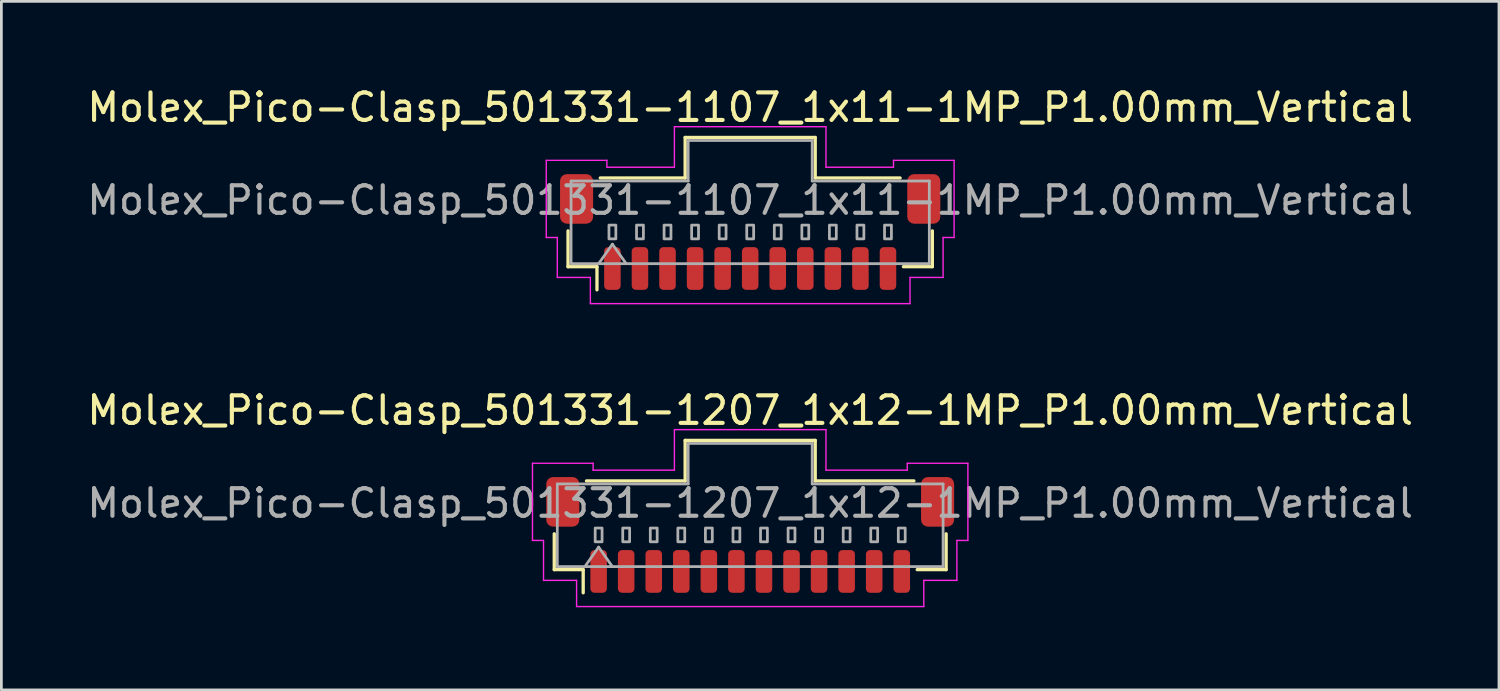
<source format=kicad_pcb>
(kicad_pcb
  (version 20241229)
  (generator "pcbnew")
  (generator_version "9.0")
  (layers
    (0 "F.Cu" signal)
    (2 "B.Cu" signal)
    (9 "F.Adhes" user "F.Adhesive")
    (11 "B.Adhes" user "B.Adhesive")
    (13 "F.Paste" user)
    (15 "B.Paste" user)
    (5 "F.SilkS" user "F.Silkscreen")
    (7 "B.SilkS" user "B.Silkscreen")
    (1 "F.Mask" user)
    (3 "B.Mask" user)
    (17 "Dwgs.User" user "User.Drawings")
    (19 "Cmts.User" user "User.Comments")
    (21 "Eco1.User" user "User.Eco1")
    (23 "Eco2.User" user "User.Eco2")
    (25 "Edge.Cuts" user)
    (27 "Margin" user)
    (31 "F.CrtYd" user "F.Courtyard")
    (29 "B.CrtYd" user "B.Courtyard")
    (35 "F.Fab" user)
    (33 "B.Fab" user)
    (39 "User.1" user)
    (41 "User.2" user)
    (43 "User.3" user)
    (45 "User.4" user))
  (footprint "Molex_Pico-Clasp_501331-1107_1x11-1MP_P1.00mm_Vertical"
    (layer "F.Cu")
    (at 24.173 5.368)
    (property "Reference" "Molex_Pico-Clasp_501331-1107_1x11-1MP_P1.00mm_Vertical" (at 0 -4.52 0) (layer "F.SilkS") (effects (font (size 1 1) (thickness 0.15))))
    (attr smd)
    (fp_line (start -6.61 -0.04) (end -6.61 1.26) (stroke (width 0.12) (type solid)) (layer "F.SilkS"))
    (fp_line (start -6.61 1.26) (end -5.56 1.26) (stroke (width 0.12) (type solid)) (layer "F.SilkS"))
    (fp_line (start -5.56 1.26) (end -5.56 2.1) (stroke (width 0.12) (type solid)) (layer "F.SilkS"))
    (fp_line (start -5.44 -1.96) (end -2.36 -1.96) (stroke (width 0.12) (type solid)) (layer "F.SilkS"))
    (fp_line (start -2.36 -3.43) (end 2.36 -3.43) (stroke (width 0.12) (type solid)) (layer "F.SilkS"))
    (fp_line (start -2.36 -1.96) (end -2.36 -3.43) (stroke (width 0.12) (type solid)) (layer "F.SilkS"))
    (fp_line (start 2.36 -3.43) (end 2.36 -1.96) (stroke (width 0.12) (type solid)) (layer "F.SilkS"))
    (fp_line (start 2.36 -1.96) (end 5.44 -1.96) (stroke (width 0.12) (type solid)) (layer "F.SilkS"))
    (fp_line (start 6.61 -0.04) (end 6.61 1.26) (stroke (width 0.12) (type solid)) (layer "F.SilkS"))
    (fp_line (start 6.61 1.26) (end 5.56 1.26) (stroke (width 0.12) (type solid)) (layer "F.SilkS"))
    (fp_line (start -7.4 -2.6) (end -5.2 -2.6) (stroke (width 0.05) (type solid)) (layer "F.CrtYd"))
    (fp_line (start -7.4 0.2) (end -7.4 -2.6) (stroke (width 0.05) (type solid)) (layer "F.CrtYd"))
    (fp_line (start -7 0.2) (end -7.4 0.2) (stroke (width 0.05) (type solid)) (layer "F.CrtYd"))
    (fp_line (start -7 1.65) (end -7 0.2) (stroke (width 0.05) (type solid)) (layer "F.CrtYd"))
    (fp_line (start -5.8 1.65) (end -7 1.65) (stroke (width 0.05) (type solid)) (layer "F.CrtYd"))
    (fp_line (start -5.8 2.6) (end -5.8 1.65) (stroke (width 0.05) (type solid)) (layer "F.CrtYd"))
    (fp_line (start -5.2 -2.6) (end -5.2 -2.35) (stroke (width 0.05) (type solid)) (layer "F.CrtYd"))
    (fp_line (start -5.2 -2.35) (end -2.75 -2.35) (stroke (width 0.05) (type solid)) (layer "F.CrtYd"))
    (fp_line (start -2.75 -3.82) (end 2.75 -3.82) (stroke (width 0.05) (type solid)) (layer "F.CrtYd"))
    (fp_line (start -2.75 -2.35) (end -2.75 -3.82) (stroke (width 0.05) (type solid)) (layer "F.CrtYd"))
    (fp_line (start 2.75 -3.82) (end 2.75 -2.35) (stroke (width 0.05) (type solid)) (layer "F.CrtYd"))
    (fp_line (start 2.75 -2.35) (end 5.2 -2.35) (stroke (width 0.05) (type solid)) (layer "F.CrtYd"))
    (fp_line (start 5.2 -2.6) (end 7.4 -2.6) (stroke (width 0.05) (type solid)) (layer "F.CrtYd"))
    (fp_line (start 5.2 -2.35) (end 5.2 -2.6) (stroke (width 0.05) (type solid)) (layer "F.CrtYd"))
    (fp_line (start 5.8 1.65) (end 5.8 2.6) (stroke (width 0.05) (type solid)) (layer "F.CrtYd"))
    (fp_line (start 5.8 2.6) (end -5.8 2.6) (stroke (width 0.05) (type solid)) (layer "F.CrtYd"))
    (fp_line (start 7 0.2) (end 7 1.65) (stroke (width 0.05) (type solid)) (layer "F.CrtYd"))
    (fp_line (start 7 1.65) (end 5.8 1.65) (stroke (width 0.05) (type solid)) (layer "F.CrtYd"))
    (fp_line (start 7.4 -2.6) (end 7.4 0.2) (stroke (width 0.05) (type solid)) (layer "F.CrtYd"))
    (fp_line (start 7.4 0.2) (end 7 0.2) (stroke (width 0.05) (type solid)) (layer "F.CrtYd"))
    (fp_line (start -6.5 -1.85) (end -2.25 -1.85) (stroke (width 0.1) (type solid)) (layer "F.Fab"))
    (fp_line (start -6.5 1.15) (end -6.5 -1.85) (stroke (width 0.1) (type solid)) (layer "F.Fab"))
    (fp_line (start -6.5 1.15) (end 6.5 1.15) (stroke (width 0.1) (type solid)) (layer "F.Fab"))
    (fp_line (start -5.5 1.15) (end -5 0.443) (stroke (width 0.1) (type solid)) (layer "F.Fab"))
    (fp_line (start -5 0.443) (end -4.5 1.15) (stroke (width 0.1) (type solid)) (layer "F.Fab"))
    (fp_line (start -2.25 -3.32) (end 2.25 -3.32) (stroke (width 0.1) (type solid)) (layer "F.Fab"))
    (fp_line (start -2.25 -1.85) (end -2.25 -3.32) (stroke (width 0.1) (type solid)) (layer "F.Fab"))
    (fp_line (start 2.25 -3.32) (end 2.25 -1.85) (stroke (width 0.1) (type solid)) (layer "F.Fab"))
    (fp_line (start 2.25 -1.85) (end 6.5 -1.85) (stroke (width 0.1) (type solid)) (layer "F.Fab"))
    (fp_line (start 6.5 1.15) (end 6.5 -1.85) (stroke (width 0.1) (type solid)) (layer "F.Fab"))
    (fp_rect (start -5.125 -0.25) (end -4.875 0.25) (stroke (width 0.1) (type solid)) (fill no) (layer "F.Fab"))
    (fp_rect (start -4.125 -0.25) (end -3.875 0.25) (stroke (width 0.1) (type solid)) (fill no) (layer "F.Fab"))
    (fp_rect (start -3.125 -0.25) (end -2.875 0.25) (stroke (width 0.1) (type solid)) (fill no) (layer "F.Fab"))
    (fp_rect (start -2.125 -0.25) (end -1.875 0.25) (stroke (width 0.1) (type solid)) (fill no) (layer "F.Fab"))
    (fp_rect (start -1.125 -0.25) (end -0.875 0.25) (stroke (width 0.1) (type solid)) (fill no) (layer "F.Fab"))
    (fp_rect (start -0.125 -0.25) (end 0.125 0.25) (stroke (width 0.1) (type solid)) (fill no) (layer "F.Fab"))
    (fp_rect (start 0.875 -0.25) (end 1.125 0.25) (stroke (width 0.1) (type solid)) (fill no) (layer "F.Fab"))
    (fp_rect (start 1.875 -0.25) (end 2.125 0.25) (stroke (width 0.1) (type solid)) (fill no) (layer "F.Fab"))
    (fp_rect (start 2.875 -0.25) (end 3.125 0.25) (stroke (width 0.1) (type solid)) (fill no) (layer "F.Fab"))
    (fp_rect (start 3.875 -0.25) (end 4.125 0.25) (stroke (width 0.1) (type solid)) (fill no) (layer "F.Fab"))
    (fp_rect (start 4.875 -0.25) (end 5.125 0.25) (stroke (width 0.1) (type solid)) (fill no) (layer "F.Fab"))
    (fp_text user "${REFERENCE}" (at 0 -1.15 0) (layer "F.Fab") (effects (font (size 1 1) (thickness 0.15))))
    (pad "1" smd roundrect (at -5 1.325) (size 0.6 1.55) (layers "F.Cu" "F.Mask" "F.Paste") (roundrect_rratio 0.25))
    (pad "2" smd roundrect (at -4 1.325) (size 0.6 1.55) (layers "F.Cu" "F.Mask" "F.Paste") (roundrect_rratio 0.25))
    (pad "3" smd roundrect (at -3 1.325) (size 0.6 1.55) (layers "F.Cu" "F.Mask" "F.Paste") (roundrect_rratio 0.25))
    (pad "4" smd roundrect (at -2 1.325) (size 0.6 1.55) (layers "F.Cu" "F.Mask" "F.Paste") (roundrect_rratio 0.25))
    (pad "5" smd roundrect (at -1 1.325) (size 0.6 1.55) (layers "F.Cu" "F.Mask" "F.Paste") (roundrect_rratio 0.25))
    (pad "6" smd roundrect (at 0 1.325) (size 0.6 1.55) (layers "F.Cu" "F.Mask" "F.Paste") (roundrect_rratio 0.25))
    (pad "7" smd roundrect (at 1 1.325) (size 0.6 1.55) (layers "F.Cu" "F.Mask" "F.Paste") (roundrect_rratio 0.25))
    (pad "8" smd roundrect (at 2 1.325) (size 0.6 1.55) (layers "F.Cu" "F.Mask" "F.Paste") (roundrect_rratio 0.25))
    (pad "9" smd roundrect (at 3 1.325) (size 0.6 1.55) (layers "F.Cu" "F.Mask" "F.Paste") (roundrect_rratio 0.25))
    (pad "10" smd roundrect (at 4 1.325) (size 0.6 1.55) (layers "F.Cu" "F.Mask" "F.Paste") (roundrect_rratio 0.25))
    (pad "11" smd roundrect (at 5 1.325) (size 0.6 1.55) (layers "F.Cu" "F.Mask" "F.Paste") (roundrect_rratio 0.25))
    (pad "MP" smd roundrect (at -6.3 -1.2) (size 1.2 1.8) (layers "F.Cu" "F.Mask" "F.Paste") (roundrect_rratio 0.208))
    (pad "MP" smd roundrect (at 6.3 -1.2) (size 1.2 1.8) (layers "F.Cu" "F.Mask" "F.Paste") (roundrect_rratio 0.208)))
  (footprint "Molex_Pico-Clasp_501331-1207_1x12-1MP_P1.00mm_Vertical"
    (layer "F.Cu")
    (at 24.173 16.361)
    (property "Reference" "Molex_Pico-Clasp_501331-1207_1x12-1MP_P1.00mm_Vertical" (at 0 -4.52 0) (layer "F.SilkS") (effects (font (size 1 1) (thickness 0.15))))
    (attr smd)
    (fp_line (start -7.11 -0.04) (end -7.11 1.26) (stroke (width 0.12) (type solid)) (layer "F.SilkS"))
    (fp_line (start -7.11 1.26) (end -6.06 1.26) (stroke (width 0.12) (type solid)) (layer "F.SilkS"))
    (fp_line (start -6.06 1.26) (end -6.06 2.1) (stroke (width 0.12) (type solid)) (layer "F.SilkS"))
    (fp_line (start -5.94 -1.96) (end -2.36 -1.96) (stroke (width 0.12) (type solid)) (layer "F.SilkS"))
    (fp_line (start -2.36 -3.43) (end 2.36 -3.43) (stroke (width 0.12) (type solid)) (layer "F.SilkS"))
    (fp_line (start -2.36 -1.96) (end -2.36 -3.43) (stroke (width 0.12) (type solid)) (layer "F.SilkS"))
    (fp_line (start 2.36 -3.43) (end 2.36 -1.96) (stroke (width 0.12) (type solid)) (layer "F.SilkS"))
    (fp_line (start 2.36 -1.96) (end 5.94 -1.96) (stroke (width 0.12) (type solid)) (layer "F.SilkS"))
    (fp_line (start 7.11 -0.04) (end 7.11 1.26) (stroke (width 0.12) (type solid)) (layer "F.SilkS"))
    (fp_line (start 7.11 1.26) (end 6.06 1.26) (stroke (width 0.12) (type solid)) (layer "F.SilkS"))
    (fp_line (start -7.9 -2.6) (end -5.7 -2.6) (stroke (width 0.05) (type solid)) (layer "F.CrtYd"))
    (fp_line (start -7.9 0.2) (end -7.9 -2.6) (stroke (width 0.05) (type solid)) (layer "F.CrtYd"))
    (fp_line (start -7.5 0.2) (end -7.9 0.2) (stroke (width 0.05) (type solid)) (layer "F.CrtYd"))
    (fp_line (start -7.5 1.65) (end -7.5 0.2) (stroke (width 0.05) (type solid)) (layer "F.CrtYd"))
    (fp_line (start -6.3 1.65) (end -7.5 1.65) (stroke (width 0.05) (type solid)) (layer "F.CrtYd"))
    (fp_line (start -6.3 2.6) (end -6.3 1.65) (stroke (width 0.05) (type solid)) (layer "F.CrtYd"))
    (fp_line (start -5.7 -2.6) (end -5.7 -2.35) (stroke (width 0.05) (type solid)) (layer "F.CrtYd"))
    (fp_line (start -5.7 -2.35) (end -2.75 -2.35) (stroke (width 0.05) (type solid)) (layer "F.CrtYd"))
    (fp_line (start -2.75 -3.82) (end 2.75 -3.82) (stroke (width 0.05) (type solid)) (layer "F.CrtYd"))
    (fp_line (start -2.75 -2.35) (end -2.75 -3.82) (stroke (width 0.05) (type solid)) (layer "F.CrtYd"))
    (fp_line (start 2.75 -3.82) (end 2.75 -2.35) (stroke (width 0.05) (type solid)) (layer "F.CrtYd"))
    (fp_line (start 2.75 -2.35) (end 5.7 -2.35) (stroke (width 0.05) (type solid)) (layer "F.CrtYd"))
    (fp_line (start 5.7 -2.6) (end 7.9 -2.6) (stroke (width 0.05) (type solid)) (layer "F.CrtYd"))
    (fp_line (start 5.7 -2.35) (end 5.7 -2.6) (stroke (width 0.05) (type solid)) (layer "F.CrtYd"))
    (fp_line (start 6.3 1.65) (end 6.3 2.6) (stroke (width 0.05) (type solid)) (layer "F.CrtYd"))
    (fp_line (start 6.3 2.6) (end -6.3 2.6) (stroke (width 0.05) (type solid)) (layer "F.CrtYd"))
    (fp_line (start 7.5 0.2) (end 7.5 1.65) (stroke (width 0.05) (type solid)) (layer "F.CrtYd"))
    (fp_line (start 7.5 1.65) (end 6.3 1.65) (stroke (width 0.05) (type solid)) (layer "F.CrtYd"))
    (fp_line (start 7.9 -2.6) (end 7.9 0.2) (stroke (width 0.05) (type solid)) (layer "F.CrtYd"))
    (fp_line (start 7.9 0.2) (end 7.5 0.2) (stroke (width 0.05) (type solid)) (layer "F.CrtYd"))
    (fp_line (start -7 -1.85) (end -2.25 -1.85) (stroke (width 0.1) (type solid)) (layer "F.Fab"))
    (fp_line (start -7 1.15) (end -7 -1.85) (stroke (width 0.1) (type solid)) (layer "F.Fab"))
    (fp_line (start -7 1.15) (end 7 1.15) (stroke (width 0.1) (type solid)) (layer "F.Fab"))
    (fp_line (start -6 1.15) (end -5.5 0.443) (stroke (width 0.1) (type solid)) (layer "F.Fab"))
    (fp_line (start -5.5 0.443) (end -5 1.15) (stroke (width 0.1) (type solid)) (layer "F.Fab"))
    (fp_line (start -2.25 -3.32) (end 2.25 -3.32) (stroke (width 0.1) (type solid)) (layer "F.Fab"))
    (fp_line (start -2.25 -1.85) (end -2.25 -3.32) (stroke (width 0.1) (type solid)) (layer "F.Fab"))
    (fp_line (start 2.25 -3.32) (end 2.25 -1.85) (stroke (width 0.1) (type solid)) (layer "F.Fab"))
    (fp_line (start 2.25 -1.85) (end 7 -1.85) (stroke (width 0.1) (type solid)) (layer "F.Fab"))
    (fp_line (start 7 1.15) (end 7 -1.85) (stroke (width 0.1) (type solid)) (layer "F.Fab"))
    (fp_rect (start -5.625 -0.25) (end -5.375 0.25) (stroke (width 0.1) (type solid)) (fill no) (layer "F.Fab"))
    (fp_rect (start -4.625 -0.25) (end -4.375 0.25) (stroke (width 0.1) (type solid)) (fill no) (layer "F.Fab"))
    (fp_rect (start -3.625 -0.25) (end -3.375 0.25) (stroke (width 0.1) (type solid)) (fill no) (layer "F.Fab"))
    (fp_rect (start -2.625 -0.25) (end -2.375 0.25) (stroke (width 0.1) (type solid)) (fill no) (layer "F.Fab"))
    (fp_rect (start -1.625 -0.25) (end -1.375 0.25) (stroke (width 0.1) (type solid)) (fill no) (layer "F.Fab"))
    (fp_rect (start -0.625 -0.25) (end -0.375 0.25) (stroke (width 0.1) (type solid)) (fill no) (layer "F.Fab"))
    (fp_rect (start 0.375 -0.25) (end 0.625 0.25) (stroke (width 0.1) (type solid)) (fill no) (layer "F.Fab"))
    (fp_rect (start 1.375 -0.25) (end 1.625 0.25) (stroke (width 0.1) (type solid)) (fill no) (layer "F.Fab"))
    (fp_rect (start 2.375 -0.25) (end 2.625 0.25) (stroke (width 0.1) (type solid)) (fill no) (layer "F.Fab"))
    (fp_rect (start 3.375 -0.25) (end 3.625 0.25) (stroke (width 0.1) (type solid)) (fill no) (layer "F.Fab"))
    (fp_rect (start 4.375 -0.25) (end 4.625 0.25) (stroke (width 0.1) (type solid)) (fill no) (layer "F.Fab"))
    (fp_rect (start 5.375 -0.25) (end 5.625 0.25) (stroke (width 0.1) (type solid)) (fill no) (layer "F.Fab"))
    (fp_text user "${REFERENCE}" (at 0 -1.15 0) (layer "F.Fab") (effects (font (size 1 1) (thickness 0.15))))
    (pad "1" smd roundrect (at -5.5 1.325) (size 0.6 1.55) (layers "F.Cu" "F.Mask" "F.Paste") (roundrect_rratio 0.25))
    (pad "2" smd roundrect (at -4.5 1.325) (size 0.6 1.55) (layers "F.Cu" "F.Mask" "F.Paste") (roundrect_rratio 0.25))
    (pad "3" smd roundrect (at -3.5 1.325) (size 0.6 1.55) (layers "F.Cu" "F.Mask" "F.Paste") (roundrect_rratio 0.25))
    (pad "4" smd roundrect (at -2.5 1.325) (size 0.6 1.55) (layers "F.Cu" "F.Mask" "F.Paste") (roundrect_rratio 0.25))
    (pad "5" smd roundrect (at -1.5 1.325) (size 0.6 1.55) (layers "F.Cu" "F.Mask" "F.Paste") (roundrect_rratio 0.25))
    (pad "6" smd roundrect (at -0.5 1.325) (size 0.6 1.55) (layers "F.Cu" "F.Mask" "F.Paste") (roundrect_rratio 0.25))
    (pad "7" smd roundrect (at 0.5 1.325) (size 0.6 1.55) (layers "F.Cu" "F.Mask" "F.Paste") (roundrect_rratio 0.25))
    (pad "8" smd roundrect (at 1.5 1.325) (size 0.6 1.55) (layers "F.Cu" "F.Mask" "F.Paste") (roundrect_rratio 0.25))
    (pad "9" smd roundrect (at 2.5 1.325) (size 0.6 1.55) (layers "F.Cu" "F.Mask" "F.Paste") (roundrect_rratio 0.25))
    (pad "10" smd roundrect (at 3.5 1.325) (size 0.6 1.55) (layers "F.Cu" "F.Mask" "F.Paste") (roundrect_rratio 0.25))
    (pad "11" smd roundrect (at 4.5 1.325) (size 0.6 1.55) (layers "F.Cu" "F.Mask" "F.Paste") (roundrect_rratio 0.25))
    (pad "12" smd roundrect (at 5.5 1.325) (size 0.6 1.55) (layers "F.Cu" "F.Mask" "F.Paste") (roundrect_rratio 0.25))
    (pad "MP" smd roundrect (at -6.8 -1.2) (size 1.2 1.8) (layers "F.Cu" "F.Mask" "F.Paste") (roundrect_rratio 0.208))
    (pad "MP" smd roundrect (at 6.8 -1.2) (size 1.2 1.8) (layers "F.Cu" "F.Mask" "F.Paste") (roundrect_rratio 0.208)))
  (gr_rect
    (start -3 -3)
    (end 51.345 21.986)
    (stroke (width 0.1) (type default))
    (fill no)
    (layer "Edge.Cuts")))
</source>
